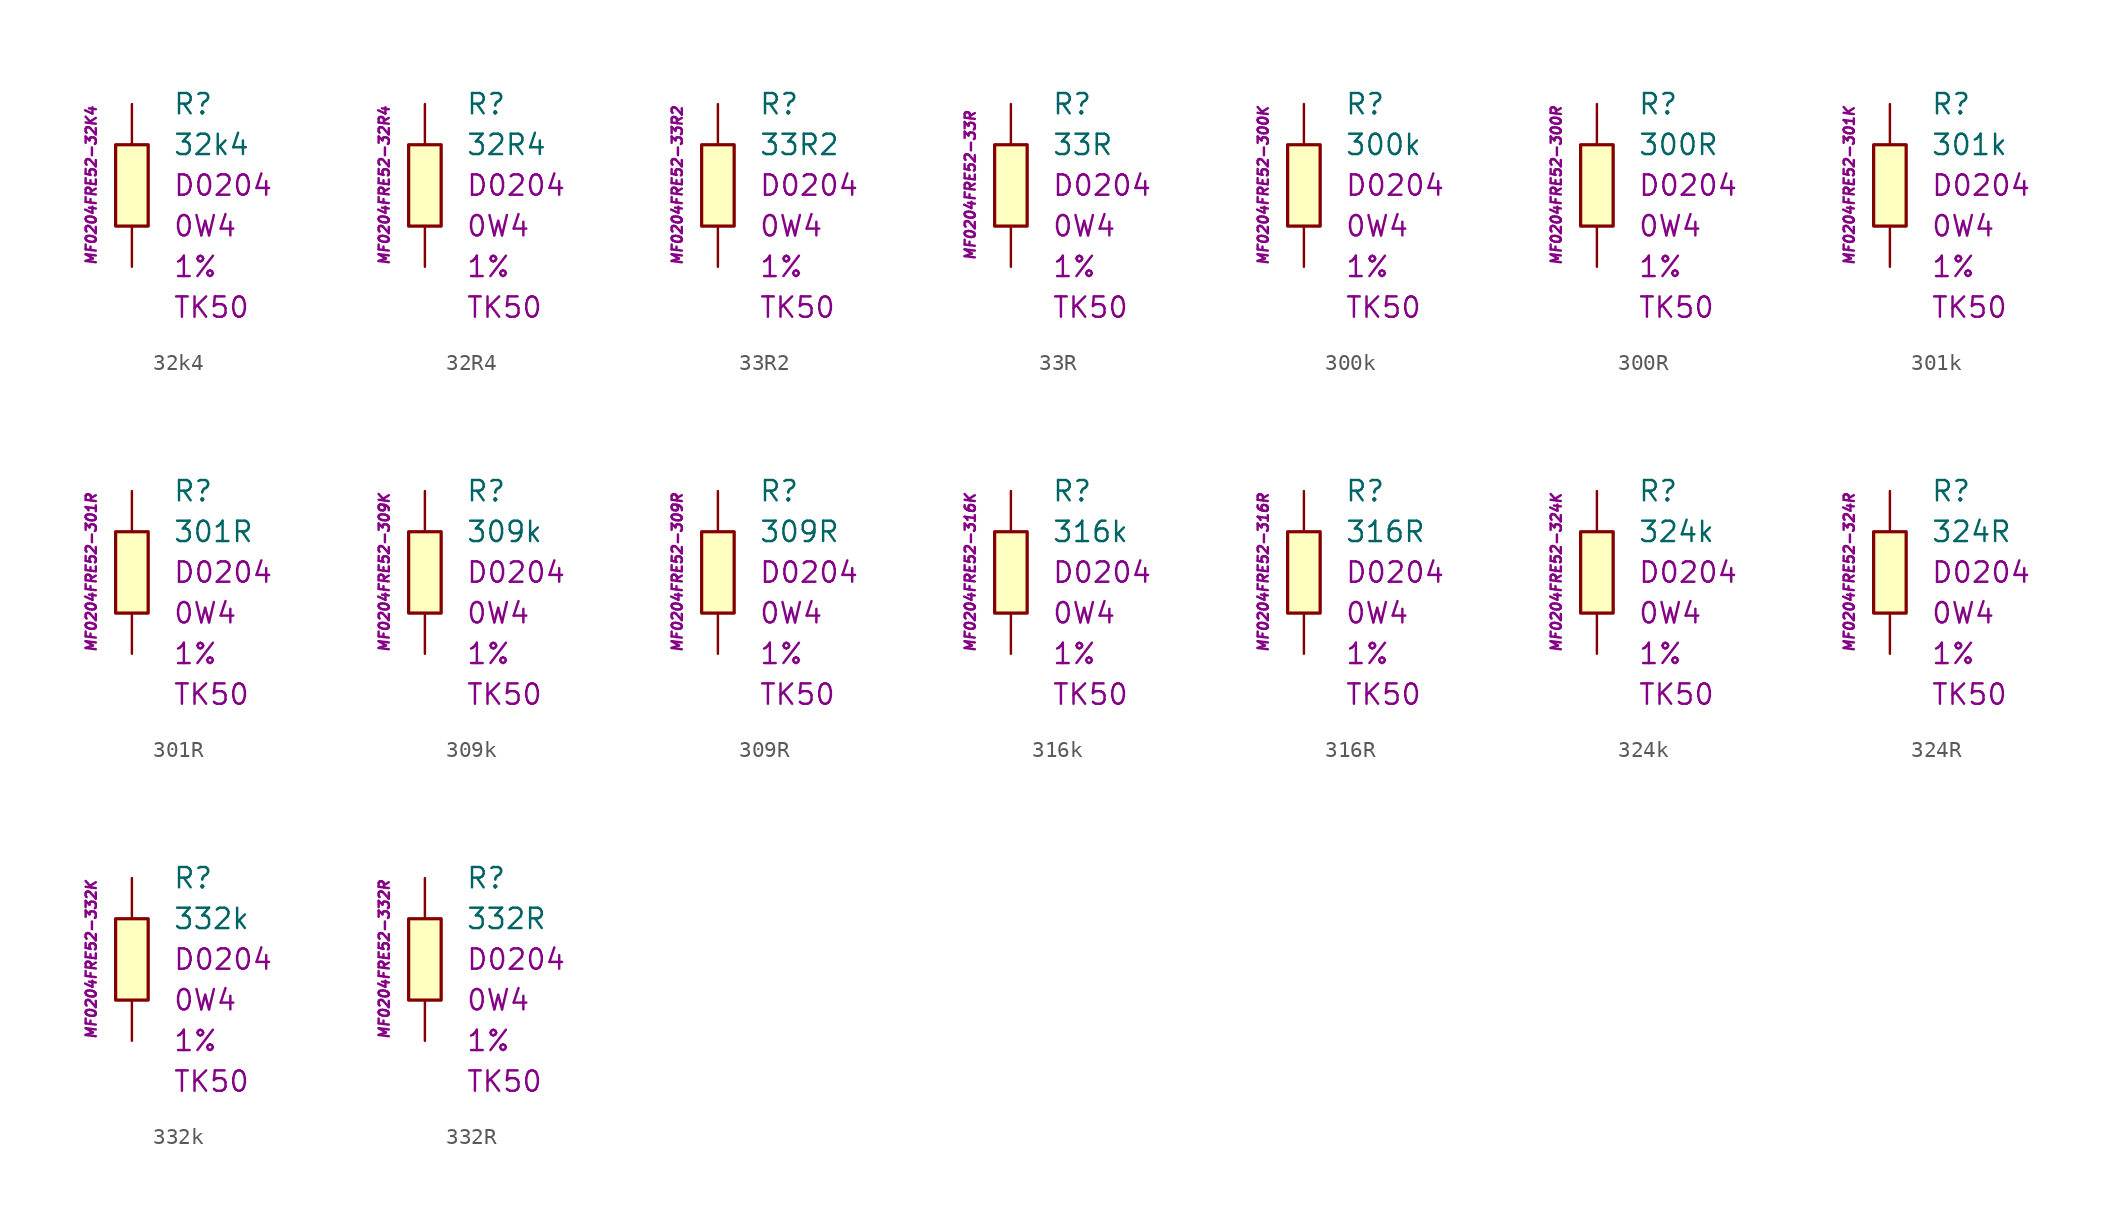
<source format=kicad_sym>
(kicad_symbol_lib
  (version 20201005)
  (generator kicad_symbol_editor)
  (symbol "32k4"
    (pin_numbers hide)
    (pin_names
      (offset 1.016) hide)
    (property "Reference" "R"
      (at 2.54 5.08 0)
      (effects (font (size 1.27 1.27)) (justify left)))
    (property "Value" "32k4"
      (at 2.54 2.54 0)
      (effects (font (size 1.27 1.27)) (justify left)))
    (property "Package" "D0204"
      (at 2.54 0 0)
      (effects (font (size 1.27 1.27)) (justify left)))
    (property "Power" "0W4"
      (at 2.54 -2.54 0)
      (effects (font (size 1.27 1.27)) (justify left)))
    (property "Tolerance" "1%"
      (at 2.54 -5.08 0)
      (effects (font (size 1.27 1.27)) (justify left)))
    (property "TK" "TK50"
      (at 2.54 -7.62 0)
      (effects (font (size 1.27 1.27)) (justify left)))
    (property "ID" "MF0204FRE52-32K4"
      (at -2.54 0 90)
      (effects (font (size 0.635 0.635) italic)))
    (symbol "32k4_0_1"
      (rectangle (start -1.016 2.54) (end 1.016 -2.54) (stroke (width 0.203)) (fill (type background))))
    (symbol "32k4_1_1"
      (pin passive line (at 0 5.08 270) (length 2.54) (name "~" (effects (font (size 1.778 1.778)))) (number "1" (effects (font (size 1.778 1.778)))))
      (pin passive line (at 0 -5.08 90) (length 2.54) (name "~" (effects (font (size 1.778 1.778)))) (number "2" (effects (font (size 1.778 1.778)))))))
  (symbol "32R4"
    (pin_numbers hide)
    (pin_names
      (offset 1.016) hide)
    (property "Reference" "R"
      (at 2.54 5.08 0)
      (effects (font (size 1.27 1.27)) (justify left)))
    (property "Value" "32R4"
      (at 2.54 2.54 0)
      (effects (font (size 1.27 1.27)) (justify left)))
    (property "Package" "D0204"
      (at 2.54 0 0)
      (effects (font (size 1.27 1.27)) (justify left)))
    (property "Power" "0W4"
      (at 2.54 -2.54 0)
      (effects (font (size 1.27 1.27)) (justify left)))
    (property "Tolerance" "1%"
      (at 2.54 -5.08 0)
      (effects (font (size 1.27 1.27)) (justify left)))
    (property "TK" "TK50"
      (at 2.54 -7.62 0)
      (effects (font (size 1.27 1.27)) (justify left)))
    (property "ID" "MF0204FRE52-32R4"
      (at -2.54 0 90)
      (effects (font (size 0.635 0.635) italic)))
    (symbol "32R4_0_1"
      (rectangle (start -1.016 2.54) (end 1.016 -2.54) (stroke (width 0.203)) (fill (type background))))
    (symbol "32R4_1_1"
      (pin passive line (at 0 5.08 270) (length 2.54) (name "~" (effects (font (size 1.778 1.778)))) (number "1" (effects (font (size 1.778 1.778)))))
      (pin passive line (at 0 -5.08 90) (length 2.54) (name "~" (effects (font (size 1.778 1.778)))) (number "2" (effects (font (size 1.778 1.778)))))))
  (symbol "33R2"
    (pin_numbers hide)
    (pin_names
      (offset 1.016) hide)
    (property "Reference" "R"
      (at 2.54 5.08 0)
      (effects (font (size 1.27 1.27)) (justify left)))
    (property "Value" "33R2"
      (at 2.54 2.54 0)
      (effects (font (size 1.27 1.27)) (justify left)))
    (property "Package" "D0204"
      (at 2.54 0 0)
      (effects (font (size 1.27 1.27)) (justify left)))
    (property "Power" "0W4"
      (at 2.54 -2.54 0)
      (effects (font (size 1.27 1.27)) (justify left)))
    (property "Tolerance" "1%"
      (at 2.54 -5.08 0)
      (effects (font (size 1.27 1.27)) (justify left)))
    (property "TK" "TK50"
      (at 2.54 -7.62 0)
      (effects (font (size 1.27 1.27)) (justify left)))
    (property "ID" "MF0204FRE52-33R2"
      (at -2.54 0 90)
      (effects (font (size 0.635 0.635) italic)))
    (symbol "33R2_0_1"
      (rectangle (start -1.016 2.54) (end 1.016 -2.54) (stroke (width 0.203)) (fill (type background))))
    (symbol "33R2_1_1"
      (pin passive line (at 0 5.08 270) (length 2.54) (name "~" (effects (font (size 1.778 1.778)))) (number "1" (effects (font (size 1.778 1.778)))))
      (pin passive line (at 0 -5.08 90) (length 2.54) (name "~" (effects (font (size 1.778 1.778)))) (number "2" (effects (font (size 1.778 1.778)))))))
  (symbol "33R"
    (pin_numbers hide)
    (pin_names
      (offset 1.016) hide)
    (property "Reference" "R"
      (at 2.54 5.08 0)
      (effects (font (size 1.27 1.27)) (justify left)))
    (property "Value" "33R"
      (at 2.54 2.54 0)
      (effects (font (size 1.27 1.27)) (justify left)))
    (property "Package" "D0204"
      (at 2.54 0 0)
      (effects (font (size 1.27 1.27)) (justify left)))
    (property "Power" "0W4"
      (at 2.54 -2.54 0)
      (effects (font (size 1.27 1.27)) (justify left)))
    (property "Tolerance" "1%"
      (at 2.54 -5.08 0)
      (effects (font (size 1.27 1.27)) (justify left)))
    (property "TK" "TK50"
      (at 2.54 -7.62 0)
      (effects (font (size 1.27 1.27)) (justify left)))
    (property "ID" "MF0204FRE52-33R"
      (at -2.54 0 90)
      (effects (font (size 0.635 0.635) italic)))
    (symbol "33R_0_1"
      (rectangle (start -1.016 2.54) (end 1.016 -2.54) (stroke (width 0.203)) (fill (type background))))
    (symbol "33R_1_1"
      (pin passive line (at 0 5.08 270) (length 2.54) (name "~" (effects (font (size 1.778 1.778)))) (number "1" (effects (font (size 1.778 1.778)))))
      (pin passive line (at 0 -5.08 90) (length 2.54) (name "~" (effects (font (size 1.778 1.778)))) (number "2" (effects (font (size 1.778 1.778)))))))
  (symbol "300k"
    (pin_numbers hide)
    (pin_names
      (offset 1.016) hide)
    (property "Reference" "R"
      (at 2.54 5.08 0)
      (effects (font (size 1.27 1.27)) (justify left)))
    (property "Value" "300k"
      (at 2.54 2.54 0)
      (effects (font (size 1.27 1.27)) (justify left)))
    (property "Package" "D0204"
      (at 2.54 0 0)
      (effects (font (size 1.27 1.27)) (justify left)))
    (property "Power" "0W4"
      (at 2.54 -2.54 0)
      (effects (font (size 1.27 1.27)) (justify left)))
    (property "Tolerance" "1%"
      (at 2.54 -5.08 0)
      (effects (font (size 1.27 1.27)) (justify left)))
    (property "TK" "TK50"
      (at 2.54 -7.62 0)
      (effects (font (size 1.27 1.27)) (justify left)))
    (property "ID" "MF0204FRE52-300K"
      (at -2.54 0 90)
      (effects (font (size 0.635 0.635) italic)))
    (symbol "300k_0_1"
      (rectangle (start -1.016 2.54) (end 1.016 -2.54) (stroke (width 0.203)) (fill (type background))))
    (symbol "300k_1_1"
      (pin passive line (at 0 5.08 270) (length 2.54) (name "~" (effects (font (size 1.778 1.778)))) (number "1" (effects (font (size 1.778 1.778)))))
      (pin passive line (at 0 -5.08 90) (length 2.54) (name "~" (effects (font (size 1.778 1.778)))) (number "2" (effects (font (size 1.778 1.778)))))))
  (symbol "300R"
    (pin_numbers hide)
    (pin_names
      (offset 1.016) hide)
    (property "Reference" "R"
      (at 2.54 5.08 0)
      (effects (font (size 1.27 1.27)) (justify left)))
    (property "Value" "300R"
      (at 2.54 2.54 0)
      (effects (font (size 1.27 1.27)) (justify left)))
    (property "Package" "D0204"
      (at 2.54 0 0)
      (effects (font (size 1.27 1.27)) (justify left)))
    (property "Power" "0W4"
      (at 2.54 -2.54 0)
      (effects (font (size 1.27 1.27)) (justify left)))
    (property "Tolerance" "1%"
      (at 2.54 -5.08 0)
      (effects (font (size 1.27 1.27)) (justify left)))
    (property "TK" "TK50"
      (at 2.54 -7.62 0)
      (effects (font (size 1.27 1.27)) (justify left)))
    (property "ID" "MF0204FRE52-300R"
      (at -2.54 0 90)
      (effects (font (size 0.635 0.635) italic)))
    (symbol "300R_0_1"
      (rectangle (start -1.016 2.54) (end 1.016 -2.54) (stroke (width 0.203)) (fill (type background))))
    (symbol "300R_1_1"
      (pin passive line (at 0 5.08 270) (length 2.54) (name "~" (effects (font (size 1.778 1.778)))) (number "1" (effects (font (size 1.778 1.778)))))
      (pin passive line (at 0 -5.08 90) (length 2.54) (name "~" (effects (font (size 1.778 1.778)))) (number "2" (effects (font (size 1.778 1.778)))))))
  (symbol "301k"
    (pin_numbers hide)
    (pin_names
      (offset 1.016) hide)
    (property "Reference" "R"
      (at 2.54 5.08 0)
      (effects (font (size 1.27 1.27)) (justify left)))
    (property "Value" "301k"
      (at 2.54 2.54 0)
      (effects (font (size 1.27 1.27)) (justify left)))
    (property "Package" "D0204"
      (at 2.54 0 0)
      (effects (font (size 1.27 1.27)) (justify left)))
    (property "Power" "0W4"
      (at 2.54 -2.54 0)
      (effects (font (size 1.27 1.27)) (justify left)))
    (property "Tolerance" "1%"
      (at 2.54 -5.08 0)
      (effects (font (size 1.27 1.27)) (justify left)))
    (property "TK" "TK50"
      (at 2.54 -7.62 0)
      (effects (font (size 1.27 1.27)) (justify left)))
    (property "ID" "MF0204FRE52-301K"
      (at -2.54 0 90)
      (effects (font (size 0.635 0.635) italic)))
    (symbol "301k_0_1"
      (rectangle (start -1.016 2.54) (end 1.016 -2.54) (stroke (width 0.203)) (fill (type background))))
    (symbol "301k_1_1"
      (pin passive line (at 0 5.08 270) (length 2.54) (name "~" (effects (font (size 1.778 1.778)))) (number "1" (effects (font (size 1.778 1.778)))))
      (pin passive line (at 0 -5.08 90) (length 2.54) (name "~" (effects (font (size 1.778 1.778)))) (number "2" (effects (font (size 1.778 1.778)))))))
  (symbol "301R"
    (pin_numbers hide)
    (pin_names
      (offset 1.016) hide)
    (property "Reference" "R"
      (at 2.54 5.08 0)
      (effects (font (size 1.27 1.27)) (justify left)))
    (property "Value" "301R"
      (at 2.54 2.54 0)
      (effects (font (size 1.27 1.27)) (justify left)))
    (property "Package" "D0204"
      (at 2.54 0 0)
      (effects (font (size 1.27 1.27)) (justify left)))
    (property "Power" "0W4"
      (at 2.54 -2.54 0)
      (effects (font (size 1.27 1.27)) (justify left)))
    (property "Tolerance" "1%"
      (at 2.54 -5.08 0)
      (effects (font (size 1.27 1.27)) (justify left)))
    (property "TK" "TK50"
      (at 2.54 -7.62 0)
      (effects (font (size 1.27 1.27)) (justify left)))
    (property "ID" "MF0204FRE52-301R"
      (at -2.54 0 90)
      (effects (font (size 0.635 0.635) italic)))
    (symbol "301R_0_1"
      (rectangle (start -1.016 2.54) (end 1.016 -2.54) (stroke (width 0.203)) (fill (type background))))
    (symbol "301R_1_1"
      (pin passive line (at 0 5.08 270) (length 2.54) (name "~" (effects (font (size 1.778 1.778)))) (number "1" (effects (font (size 1.778 1.778)))))
      (pin passive line (at 0 -5.08 90) (length 2.54) (name "~" (effects (font (size 1.778 1.778)))) (number "2" (effects (font (size 1.778 1.778)))))))
  (symbol "309k"
    (pin_numbers hide)
    (pin_names
      (offset 1.016) hide)
    (property "Reference" "R"
      (at 2.54 5.08 0)
      (effects (font (size 1.27 1.27)) (justify left)))
    (property "Value" "309k"
      (at 2.54 2.54 0)
      (effects (font (size 1.27 1.27)) (justify left)))
    (property "Package" "D0204"
      (at 2.54 0 0)
      (effects (font (size 1.27 1.27)) (justify left)))
    (property "Power" "0W4"
      (at 2.54 -2.54 0)
      (effects (font (size 1.27 1.27)) (justify left)))
    (property "Tolerance" "1%"
      (at 2.54 -5.08 0)
      (effects (font (size 1.27 1.27)) (justify left)))
    (property "TK" "TK50"
      (at 2.54 -7.62 0)
      (effects (font (size 1.27 1.27)) (justify left)))
    (property "ID" "MF0204FRE52-309K"
      (at -2.54 0 90)
      (effects (font (size 0.635 0.635) italic)))
    (symbol "309k_0_1"
      (rectangle (start -1.016 2.54) (end 1.016 -2.54) (stroke (width 0.203)) (fill (type background))))
    (symbol "309k_1_1"
      (pin passive line (at 0 5.08 270) (length 2.54) (name "~" (effects (font (size 1.778 1.778)))) (number "1" (effects (font (size 1.778 1.778)))))
      (pin passive line (at 0 -5.08 90) (length 2.54) (name "~" (effects (font (size 1.778 1.778)))) (number "2" (effects (font (size 1.778 1.778)))))))
  (symbol "309R"
    (pin_numbers hide)
    (pin_names
      (offset 1.016) hide)
    (property "Reference" "R"
      (at 2.54 5.08 0)
      (effects (font (size 1.27 1.27)) (justify left)))
    (property "Value" "309R"
      (at 2.54 2.54 0)
      (effects (font (size 1.27 1.27)) (justify left)))
    (property "Package" "D0204"
      (at 2.54 0 0)
      (effects (font (size 1.27 1.27)) (justify left)))
    (property "Power" "0W4"
      (at 2.54 -2.54 0)
      (effects (font (size 1.27 1.27)) (justify left)))
    (property "Tolerance" "1%"
      (at 2.54 -5.08 0)
      (effects (font (size 1.27 1.27)) (justify left)))
    (property "TK" "TK50"
      (at 2.54 -7.62 0)
      (effects (font (size 1.27 1.27)) (justify left)))
    (property "ID" "MF0204FRE52-309R"
      (at -2.54 0 90)
      (effects (font (size 0.635 0.635) italic)))
    (symbol "309R_0_1"
      (rectangle (start -1.016 2.54) (end 1.016 -2.54) (stroke (width 0.203)) (fill (type background))))
    (symbol "309R_1_1"
      (pin passive line (at 0 5.08 270) (length 2.54) (name "~" (effects (font (size 1.778 1.778)))) (number "1" (effects (font (size 1.778 1.778)))))
      (pin passive line (at 0 -5.08 90) (length 2.54) (name "~" (effects (font (size 1.778 1.778)))) (number "2" (effects (font (size 1.778 1.778)))))))
  (symbol "316k"
    (pin_numbers hide)
    (pin_names
      (offset 1.016) hide)
    (property "Reference" "R"
      (at 2.54 5.08 0)
      (effects (font (size 1.27 1.27)) (justify left)))
    (property "Value" "316k"
      (at 2.54 2.54 0)
      (effects (font (size 1.27 1.27)) (justify left)))
    (property "Package" "D0204"
      (at 2.54 0 0)
      (effects (font (size 1.27 1.27)) (justify left)))
    (property "Power" "0W4"
      (at 2.54 -2.54 0)
      (effects (font (size 1.27 1.27)) (justify left)))
    (property "Tolerance" "1%"
      (at 2.54 -5.08 0)
      (effects (font (size 1.27 1.27)) (justify left)))
    (property "TK" "TK50"
      (at 2.54 -7.62 0)
      (effects (font (size 1.27 1.27)) (justify left)))
    (property "ID" "MF0204FRE52-316K"
      (at -2.54 0 90)
      (effects (font (size 0.635 0.635) italic)))
    (symbol "316k_0_1"
      (rectangle (start -1.016 2.54) (end 1.016 -2.54) (stroke (width 0.203)) (fill (type background))))
    (symbol "316k_1_1"
      (pin passive line (at 0 5.08 270) (length 2.54) (name "~" (effects (font (size 1.778 1.778)))) (number "1" (effects (font (size 1.778 1.778)))))
      (pin passive line (at 0 -5.08 90) (length 2.54) (name "~" (effects (font (size 1.778 1.778)))) (number "2" (effects (font (size 1.778 1.778)))))))
  (symbol "316R"
    (pin_numbers hide)
    (pin_names
      (offset 1.016) hide)
    (property "Reference" "R"
      (at 2.54 5.08 0)
      (effects (font (size 1.27 1.27)) (justify left)))
    (property "Value" "316R"
      (at 2.54 2.54 0)
      (effects (font (size 1.27 1.27)) (justify left)))
    (property "Package" "D0204"
      (at 2.54 0 0)
      (effects (font (size 1.27 1.27)) (justify left)))
    (property "Power" "0W4"
      (at 2.54 -2.54 0)
      (effects (font (size 1.27 1.27)) (justify left)))
    (property "Tolerance" "1%"
      (at 2.54 -5.08 0)
      (effects (font (size 1.27 1.27)) (justify left)))
    (property "TK" "TK50"
      (at 2.54 -7.62 0)
      (effects (font (size 1.27 1.27)) (justify left)))
    (property "ID" "MF0204FRE52-316R"
      (at -2.54 0 90)
      (effects (font (size 0.635 0.635) italic)))
    (symbol "316R_0_1"
      (rectangle (start -1.016 2.54) (end 1.016 -2.54) (stroke (width 0.203)) (fill (type background))))
    (symbol "316R_1_1"
      (pin passive line (at 0 5.08 270) (length 2.54) (name "~" (effects (font (size 1.778 1.778)))) (number "1" (effects (font (size 1.778 1.778)))))
      (pin passive line (at 0 -5.08 90) (length 2.54) (name "~" (effects (font (size 1.778 1.778)))) (number "2" (effects (font (size 1.778 1.778)))))))
  (symbol "324k"
    (pin_numbers hide)
    (pin_names
      (offset 1.016) hide)
    (property "Reference" "R"
      (at 2.54 5.08 0)
      (effects (font (size 1.27 1.27)) (justify left)))
    (property "Value" "324k"
      (at 2.54 2.54 0)
      (effects (font (size 1.27 1.27)) (justify left)))
    (property "Package" "D0204"
      (at 2.54 0 0)
      (effects (font (size 1.27 1.27)) (justify left)))
    (property "Power" "0W4"
      (at 2.54 -2.54 0)
      (effects (font (size 1.27 1.27)) (justify left)))
    (property "Tolerance" "1%"
      (at 2.54 -5.08 0)
      (effects (font (size 1.27 1.27)) (justify left)))
    (property "TK" "TK50"
      (at 2.54 -7.62 0)
      (effects (font (size 1.27 1.27)) (justify left)))
    (property "ID" "MF0204FRE52-324K"
      (at -2.54 0 90)
      (effects (font (size 0.635 0.635) italic)))
    (symbol "324k_0_1"
      (rectangle (start -1.016 2.54) (end 1.016 -2.54) (stroke (width 0.203)) (fill (type background))))
    (symbol "324k_1_1"
      (pin passive line (at 0 5.08 270) (length 2.54) (name "~" (effects (font (size 1.778 1.778)))) (number "1" (effects (font (size 1.778 1.778)))))
      (pin passive line (at 0 -5.08 90) (length 2.54) (name "~" (effects (font (size 1.778 1.778)))) (number "2" (effects (font (size 1.778 1.778)))))))
  (symbol "324R"
    (pin_numbers hide)
    (pin_names
      (offset 1.016) hide)
    (property "Reference" "R"
      (at 2.54 5.08 0)
      (effects (font (size 1.27 1.27)) (justify left)))
    (property "Value" "324R"
      (at 2.54 2.54 0)
      (effects (font (size 1.27 1.27)) (justify left)))
    (property "Package" "D0204"
      (at 2.54 0 0)
      (effects (font (size 1.27 1.27)) (justify left)))
    (property "Power" "0W4"
      (at 2.54 -2.54 0)
      (effects (font (size 1.27 1.27)) (justify left)))
    (property "Tolerance" "1%"
      (at 2.54 -5.08 0)
      (effects (font (size 1.27 1.27)) (justify left)))
    (property "TK" "TK50"
      (at 2.54 -7.62 0)
      (effects (font (size 1.27 1.27)) (justify left)))
    (property "ID" "MF0204FRE52-324R"
      (at -2.54 0 90)
      (effects (font (size 0.635 0.635) italic)))
    (symbol "324R_0_1"
      (rectangle (start -1.016 2.54) (end 1.016 -2.54) (stroke (width 0.203)) (fill (type background))))
    (symbol "324R_1_1"
      (pin passive line (at 0 5.08 270) (length 2.54) (name "~" (effects (font (size 1.778 1.778)))) (number "1" (effects (font (size 1.778 1.778)))))
      (pin passive line (at 0 -5.08 90) (length 2.54) (name "~" (effects (font (size 1.778 1.778)))) (number "2" (effects (font (size 1.778 1.778)))))))
  (symbol "332k"
    (pin_numbers hide)
    (pin_names
      (offset 1.016) hide)
    (property "Reference" "R"
      (at 2.54 5.08 0)
      (effects (font (size 1.27 1.27)) (justify left)))
    (property "Value" "332k"
      (at 2.54 2.54 0)
      (effects (font (size 1.27 1.27)) (justify left)))
    (property "Package" "D0204"
      (at 2.54 0 0)
      (effects (font (size 1.27 1.27)) (justify left)))
    (property "Power" "0W4"
      (at 2.54 -2.54 0)
      (effects (font (size 1.27 1.27)) (justify left)))
    (property "Tolerance" "1%"
      (at 2.54 -5.08 0)
      (effects (font (size 1.27 1.27)) (justify left)))
    (property "TK" "TK50"
      (at 2.54 -7.62 0)
      (effects (font (size 1.27 1.27)) (justify left)))
    (property "ID" "MF0204FRE52-332K"
      (at -2.54 0 90)
      (effects (font (size 0.635 0.635) italic)))
    (symbol "332k_0_1"
      (rectangle (start -1.016 2.54) (end 1.016 -2.54) (stroke (width 0.203)) (fill (type background))))
    (symbol "332k_1_1"
      (pin passive line (at 0 5.08 270) (length 2.54) (name "~" (effects (font (size 1.778 1.778)))) (number "1" (effects (font (size 1.778 1.778)))))
      (pin passive line (at 0 -5.08 90) (length 2.54) (name "~" (effects (font (size 1.778 1.778)))) (number "2" (effects (font (size 1.778 1.778)))))))
  (symbol "332R"
    (pin_numbers hide)
    (pin_names
      (offset 1.016) hide)
    (property "Reference" "R"
      (at 2.54 5.08 0)
      (effects (font (size 1.27 1.27)) (justify left)))
    (property "Value" "332R"
      (at 2.54 2.54 0)
      (effects (font (size 1.27 1.27)) (justify left)))
    (property "Package" "D0204"
      (at 2.54 0 0)
      (effects (font (size 1.27 1.27)) (justify left)))
    (property "Power" "0W4"
      (at 2.54 -2.54 0)
      (effects (font (size 1.27 1.27)) (justify left)))
    (property "Tolerance" "1%"
      (at 2.54 -5.08 0)
      (effects (font (size 1.27 1.27)) (justify left)))
    (property "TK" "TK50"
      (at 2.54 -7.62 0)
      (effects (font (size 1.27 1.27)) (justify left)))
    (property "ID" "MF0204FRE52-332R"
      (at -2.54 0 90)
      (effects (font (size 0.635 0.635) italic)))
    (symbol "332R_0_1"
      (rectangle (start -1.016 2.54) (end 1.016 -2.54) (stroke (width 0.203)) (fill (type background))))
    (symbol "332R_1_1"
      (pin passive line (at 0 5.08 270) (length 2.54) (name "~" (effects (font (size 1.778 1.778)))) (number "1" (effects (font (size 1.778 1.778)))))
      (pin passive line (at 0 -5.08 90) (length 2.54) (name "~" (effects (font (size 1.778 1.778)))) (number "2" (effects (font (size 1.778 1.778))))))))
</source>
